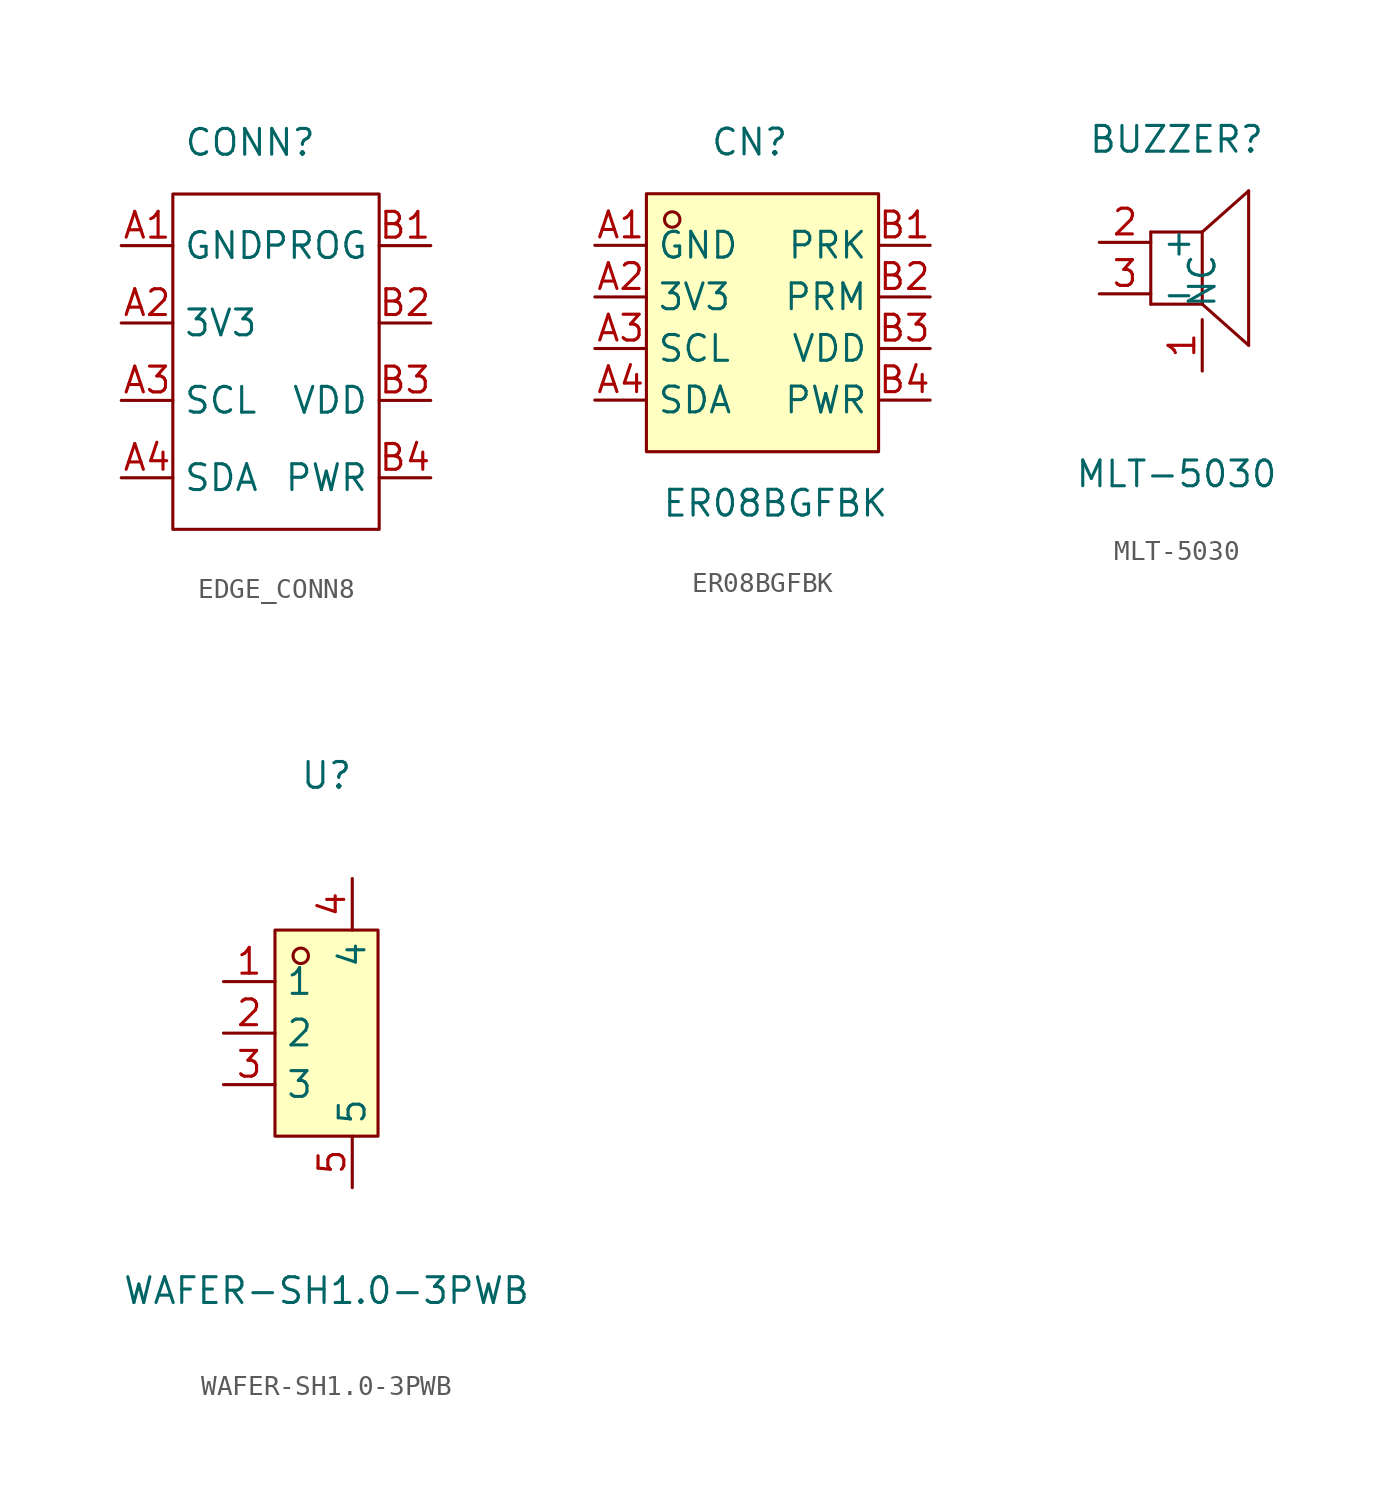
<source format=kicad_sym>
(kicad_symbol_lib
  (version 20231120)
  (generator "kicad_symbol_editor")
  (generator_version "8.0")
  (symbol "EDGE_CONN8"
    (property "Reference" "CONN"
      (at 0 0 0)
      (effects (font (size 1.27 1.27))))
    (property "Value" ""
      (at 0 0 0)
      (effects (font (size 1.27 1.27))))
    (symbol "EDGE_CONN8_0_1"
      (rectangle (start -3.81 -2.54) (end 6.35 -19.05) (stroke (width 0) (type default)) (fill (type none))))
    (symbol "EDGE_CONN8_1_1"
      (pin input line (at -6.35 -5.08 0) (length 2.54) (name "GND" (effects (font (size 1.27 1.27)))) (number "A1" (effects (font (size 1.27 1.27)))))
      (pin input line (at -6.35 -8.89 0) (length 2.54) (name "3V3" (effects (font (size 1.27 1.27)))) (number "A2" (effects (font (size 1.27 1.27)))))
      (pin input line (at -6.35 -12.7 0) (length 2.54) (name "SCL" (effects (font (size 1.27 1.27)))) (number "A3" (effects (font (size 1.27 1.27)))))
      (pin input line (at -6.35 -16.51 0) (length 2.54) (name "SDA" (effects (font (size 1.27 1.27)))) (number "A4" (effects (font (size 1.27 1.27)))))
      (pin input line (at 8.89 -5.08 180) (length 2.54) (name "PROG" (effects (font (size 1.27 1.27)))) (number "B1" (effects (font (size 1.27 1.27)))))
      (pin input line (at 8.89 -8.89 180) (length 2.54) (name "" (effects (font (size 1.27 1.27)))) (number "B2" (effects (font (size 1.27 1.27)))))
      (pin input line (at 8.89 -12.7 180) (length 2.54) (name "VDD" (effects (font (size 1.27 1.27)))) (number "B3" (effects (font (size 1.27 1.27)))))
      (pin input line (at 8.89 -16.51 180) (length 2.54) (name "PWR" (effects (font (size 1.27 1.27)))) (number "B4" (effects (font (size 1.27 1.27)))))))
  (symbol "ER08BGFBK"
    (property "Reference" "CN"
      (at 1.27 8.89 0)
      (effects (font (size 1.27 1.27))))
    (property "Value" "ER08BGFBK"
      (at 2.54 -8.89 0)
      (effects (font (size 1.27 1.27))))
    (symbol "ER08BGFBK_0_1"
      (rectangle (start -3.81 6.35) (end 7.62 -6.35) (stroke (width 0) (type default)) (fill (type background)))
      (circle (center -2.54 5.08) (radius 0.38) (stroke (width 0) (type default)) (fill (type none))))
    (symbol "ER08BGFBK_1_1"
      (pin power_in line (at -6.35 3.81 0) (length 2.54) (name "GND" (effects (font (size 1.27 1.27)))) (number "A1" (effects (font (size 1.27 1.27)))))
      (pin power_in line (at -6.35 1.27 0) (length 2.54) (name "3V3" (effects (font (size 1.27 1.27)))) (number "A2" (effects (font (size 1.27 1.27)))))
      (pin bidirectional line (at -6.35 -1.27 0) (length 2.54) (name "SCL" (effects (font (size 1.27 1.27)))) (number "A3" (effects (font (size 1.27 1.27)))))
      (pin bidirectional line (at -6.35 -3.81 0) (length 2.54) (name "SDA" (effects (font (size 1.27 1.27)))) (number "A4" (effects (font (size 1.27 1.27)))))
      (pin input line (at 10.16 3.81 180) (length 2.54) (name "PRK" (effects (font (size 1.27 1.27)))) (number "B1" (effects (font (size 1.27 1.27)))))
      (pin bidirectional line (at 10.16 1.27 180) (length 2.54) (name "PRM" (effects (font (size 1.27 1.27)))) (number "B2" (effects (font (size 1.27 1.27)))))
      (pin power_in line (at 10.16 -1.27 180) (length 2.54) (name "VDD" (effects (font (size 1.27 1.27)))) (number "B3" (effects (font (size 1.27 1.27)))))
      (pin power_out line (at 10.16 -3.81 180) (length 2.54) (name "PWR" (effects (font (size 1.27 1.27)))) (number "B4" (effects (font (size 1.27 1.27)))))))
  (symbol "MLT-5030"
    (property "Reference" "BUZZER"
      (at 0 6.35 0)
      (effects (font (size 1.27 1.27))))
    (property "Value" "MLT-5030"
      (at 0 -10.16 0)
      (effects (font (size 1.27 1.27))))
    (symbol "MLT-5030_0_1"
      (polyline (pts (xy -1.27 -1.78) (xy 1.27 -1.78)) (stroke (width 0) (type default)) (fill (type none)))
      (polyline (pts (xy -1.27 1.78) (xy -1.27 -1.78)) (stroke (width 0) (type default)) (fill (type none)))
      (polyline (pts (xy -1.27 1.78) (xy 1.27 1.78)) (stroke (width 0) (type default)) (fill (type none)))
      (polyline (pts (xy 1.27 -1.78) (xy 3.56 -3.81)) (stroke (width 0) (type default)) (fill (type none)))
      (polyline (pts (xy 1.27 1.78) (xy 1.27 -1.78)) (stroke (width 0) (type default)) (fill (type none)))
      (polyline (pts (xy 3.56 3.81) (xy 1.27 1.78)) (stroke (width 0) (type default)) (fill (type none)))
      (polyline (pts (xy 3.56 3.81) (xy 3.56 -3.81)) (stroke (width 0) (type default)) (fill (type none)))
      (pin unspecified line (at 1.27 -5.08 90) (length 2.54) (name "NC" (effects (font (size 1.27 1.27)))) (number "1" (effects (font (size 1.27 1.27)))))
      (pin unspecified line (at -3.81 1.27 0) (length 2.54) (name "+" (effects (font (size 1.27 1.27)))) (number "2" (effects (font (size 1.27 1.27)))))
      (pin unspecified line (at -3.81 -1.27 0) (length 2.54) (name "-" (effects (font (size 1.27 1.27)))) (number "3" (effects (font (size 1.27 1.27)))))))
  (symbol "WAFER-SH1.0-3PWB"
    (property "Reference" "U"
      (at 0 15.24 0)
      (effects (font (size 1.27 1.27))))
    (property "Value" "WAFER-SH1.0-3PWB"
      (at 0 -10.16 0)
      (effects (font (size 1.27 1.27))))
    (symbol "WAFER-SH1.0-3PWB_0_1"
      (rectangle (start -2.54 7.62) (end 2.54 -2.54) (stroke (width 0) (type default)) (fill (type background)))
      (circle (center -1.27 6.35) (radius 0.38) (stroke (width 0) (type default)) (fill (type none)))
      (pin unspecified line (at -5.08 5.08 0) (length 2.54) (name "1" (effects (font (size 1.27 1.27)))) (number "1" (effects (font (size 1.27 1.27)))))
      (pin unspecified line (at -5.08 2.54 0) (length 2.54) (name "2" (effects (font (size 1.27 1.27)))) (number "2" (effects (font (size 1.27 1.27)))))
      (pin unspecified line (at -5.08 0 0) (length 2.54) (name "3" (effects (font (size 1.27 1.27)))) (number "3" (effects (font (size 1.27 1.27)))))
      (pin unspecified line (at 1.27 10.16 270) (length 2.54) (name "4" (effects (font (size 1.27 1.27)))) (number "4" (effects (font (size 1.27 1.27)))))
      (pin unspecified line (at 1.27 -5.08 90) (length 2.54) (name "5" (effects (font (size 1.27 1.27)))) (number "5" (effects (font (size 1.27 1.27))))))))
</source>
